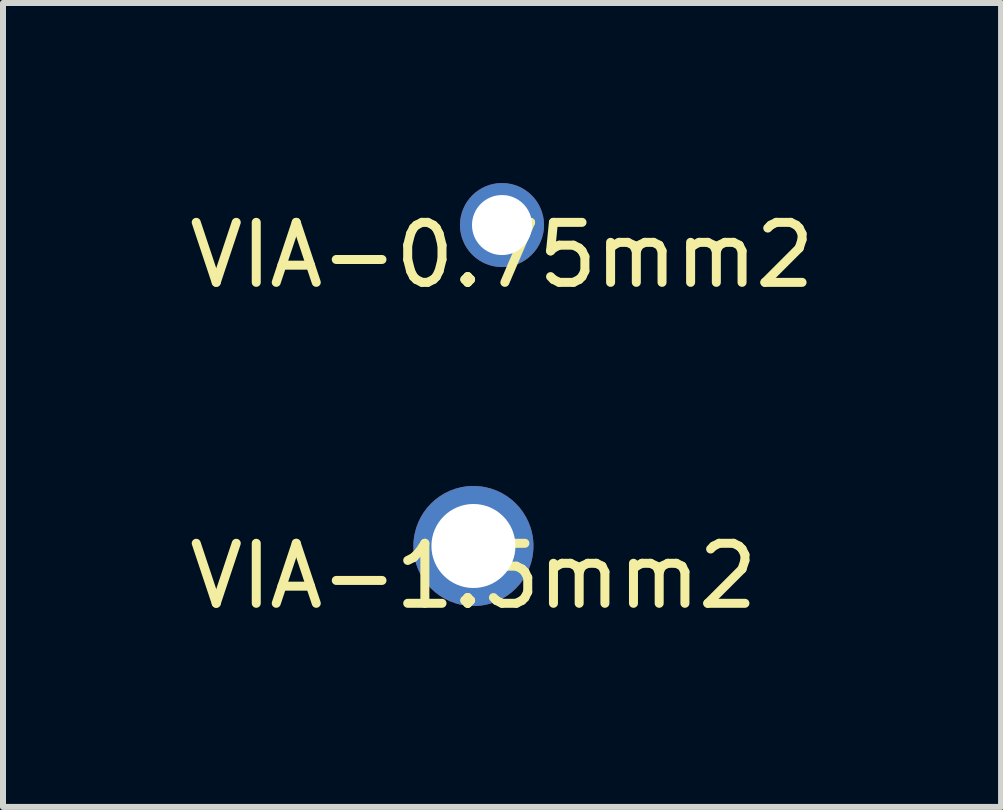
<source format=kicad_pcb>
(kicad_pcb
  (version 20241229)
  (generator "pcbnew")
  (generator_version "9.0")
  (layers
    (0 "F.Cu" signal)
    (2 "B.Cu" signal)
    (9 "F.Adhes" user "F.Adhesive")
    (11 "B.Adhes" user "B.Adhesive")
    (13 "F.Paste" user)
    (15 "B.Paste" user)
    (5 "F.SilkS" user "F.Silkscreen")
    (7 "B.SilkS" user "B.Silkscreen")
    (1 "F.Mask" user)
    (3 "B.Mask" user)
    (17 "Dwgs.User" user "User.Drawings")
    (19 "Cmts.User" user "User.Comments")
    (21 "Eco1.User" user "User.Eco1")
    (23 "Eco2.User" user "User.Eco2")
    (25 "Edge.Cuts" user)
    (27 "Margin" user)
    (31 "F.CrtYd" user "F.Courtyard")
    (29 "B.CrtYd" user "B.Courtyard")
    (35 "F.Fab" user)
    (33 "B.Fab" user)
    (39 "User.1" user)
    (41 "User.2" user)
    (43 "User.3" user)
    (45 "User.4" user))
  (footprint "VIA-1.5mm2"
    (layer "F.Cu")
    (at 4.839 6.048)
    (property "Reference" "VIA-1.5mm2" (at 0 0.5 0) (layer "F.SilkS") (effects (font (size 1 1) (thickness 0.15))))
    (attr through_hole)
    (pad "" thru_hole circle (at 0 0) (size 2 2) (drill 1.4) (layers "*.Cu")))
  (footprint "VIA-0.75mm2"
    (layer "F.Cu")
    (at 5.315 0.7)
    (property "Reference" "VIA-0.75mm2" (at 0 0.5 0) (layer "F.SilkS") (effects (font (size 1 1) (thickness 0.15))))
    (attr through_hole)
    (pad "" thru_hole circle (at 0 0) (size 1.4 1.4) (drill 1) (layers "*.Cu")))
  (gr_rect
    (start -3 -3)
    (end 13.631 10.396)
    (stroke (width 0.1) (type default))
    (fill no)
    (layer "Edge.Cuts")))
</source>
